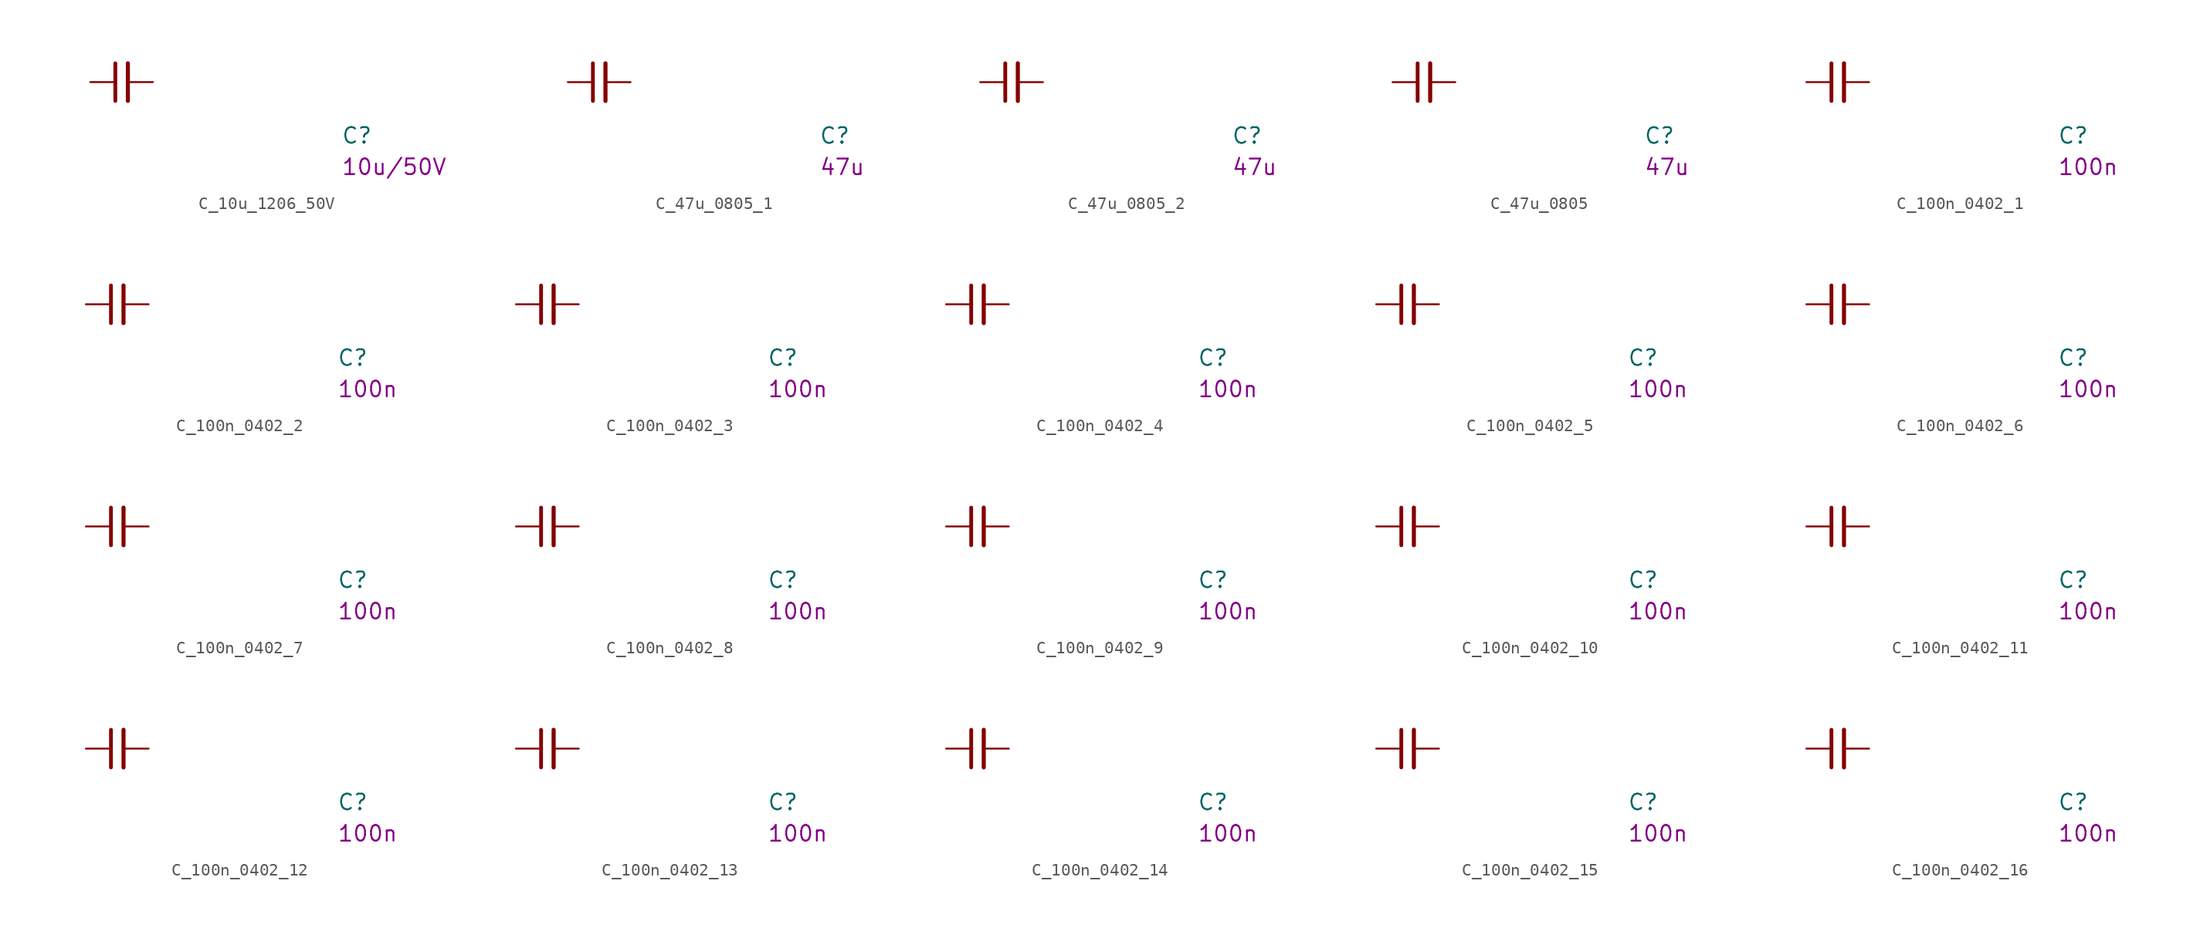
<source format=kicad_sym>
(kicad_symbol_lib
  (version 20231120)
  (generator "kicad_symbol_editor")
  (generator_version "8.0")
  (symbol "C_10u_1206_50V"
    (pin_numbers hide)
    (pin_names hide)
    (property "Reference" "C"
      (at 20.32 -5.08 0)
      (effects (font (size 1.27 1.27) (thickness 0.15)) (justify left bottom)))
    (property "Val" "10u/50V"
      (at 20.32 -7.62 0)
      (effects (font (size 1.27 1.27) (thickness 0.15)) (justify left bottom)))
    (symbol "C_10u_1206_50V_0_1"
      (polyline (pts (xy 2.032 -1.524) (xy 2.032 1.524)) (stroke (width 0.305) (type default)) (fill (type none)))
      (polyline (pts (xy 3.048 -1.524) (xy 3.048 1.524)) (stroke (width 0.33) (type default)) (fill (type none))))
    (symbol "C_10u_1206_50V_1_1"
      (pin passive line (at 0 0 0) (length 2.032) (name "~" (effects (font (size 1.27 1.27)))) (number "1" (effects (font (size 1.27 1.27)))))
      (pin passive line (at 5.08 0 180) (length 2.032) (name "~" (effects (font (size 1.27 1.27)))) (number "2" (effects (font (size 1.27 1.27)))))))
  (symbol "C_47u_0805_1"
    (pin_numbers hide)
    (pin_names hide)
    (property "Reference" "C"
      (at 20.32 -5.08 0)
      (effects (font (size 1.27 1.27) (thickness 0.15)) (justify left bottom)))
    (property "Val" "47u"
      (at 20.32 -7.62 0)
      (effects (font (size 1.27 1.27) (thickness 0.15)) (justify left bottom)))
    (symbol "C_47u_0805_1_0_1"
      (polyline (pts (xy 2.032 -1.524) (xy 2.032 1.524)) (stroke (width 0.305) (type default)) (fill (type none)))
      (polyline (pts (xy 3.048 -1.524) (xy 3.048 1.524)) (stroke (width 0.33) (type default)) (fill (type none))))
    (symbol "C_47u_0805_1_1_1"
      (pin passive line (at 0 0 0) (length 2.032) (name "~" (effects (font (size 1.27 1.27)))) (number "1" (effects (font (size 1.27 1.27)))))
      (pin passive line (at 5.08 0 180) (length 2.032) (name "~" (effects (font (size 1.27 1.27)))) (number "2" (effects (font (size 1.27 1.27)))))))
  (symbol "C_47u_0805_2"
    (pin_numbers hide)
    (pin_names hide)
    (property "Reference" "C"
      (at 20.32 -5.08 0)
      (effects (font (size 1.27 1.27) (thickness 0.15)) (justify left bottom)))
    (property "Val" "47u"
      (at 20.32 -7.62 0)
      (effects (font (size 1.27 1.27) (thickness 0.15)) (justify left bottom)))
    (symbol "C_47u_0805_2_0_1"
      (polyline (pts (xy 2.032 -1.524) (xy 2.032 1.524)) (stroke (width 0.305) (type default)) (fill (type none)))
      (polyline (pts (xy 3.048 -1.524) (xy 3.048 1.524)) (stroke (width 0.33) (type default)) (fill (type none))))
    (symbol "C_47u_0805_2_1_1"
      (pin passive line (at 0 0 0) (length 2.032) (name "~" (effects (font (size 1.27 1.27)))) (number "1" (effects (font (size 1.27 1.27)))))
      (pin passive line (at 5.08 0 180) (length 2.032) (name "~" (effects (font (size 1.27 1.27)))) (number "2" (effects (font (size 1.27 1.27)))))))
  (symbol "C_47u_0805"
    (pin_numbers hide)
    (pin_names hide)
    (property "Reference" "C"
      (at 20.32 -5.08 0)
      (effects (font (size 1.27 1.27) (thickness 0.15)) (justify left bottom)))
    (property "Val" "47u"
      (at 20.32 -7.62 0)
      (effects (font (size 1.27 1.27) (thickness 0.15)) (justify left bottom)))
    (symbol "C_47u_0805_0_1"
      (polyline (pts (xy 2.032 -1.524) (xy 2.032 1.524)) (stroke (width 0.305) (type default)) (fill (type none)))
      (polyline (pts (xy 3.048 -1.524) (xy 3.048 1.524)) (stroke (width 0.33) (type default)) (fill (type none))))
    (symbol "C_47u_0805_1_1"
      (pin passive line (at 0 0 0) (length 2.032) (name "~" (effects (font (size 1.27 1.27)))) (number "1" (effects (font (size 1.27 1.27)))))
      (pin passive line (at 5.08 0 180) (length 2.032) (name "~" (effects (font (size 1.27 1.27)))) (number "2" (effects (font (size 1.27 1.27)))))))
  (symbol "C_100n_0402_1"
    (pin_numbers hide)
    (pin_names hide)
    (property "Reference" "C"
      (at 20.32 -5.08 0)
      (effects (font (size 1.27 1.27) (thickness 0.15)) (justify left bottom)))
    (property "Val" "100n"
      (at 20.32 -7.62 0)
      (effects (font (size 1.27 1.27) (thickness 0.15)) (justify left bottom)))
    (symbol "C_100n_0402_1_0_1"
      (polyline (pts (xy 2.032 -1.524) (xy 2.032 1.524)) (stroke (width 0.305) (type default)) (fill (type none)))
      (polyline (pts (xy 3.048 -1.524) (xy 3.048 1.524)) (stroke (width 0.33) (type default)) (fill (type none))))
    (symbol "C_100n_0402_1_1_1"
      (pin passive line (at 0 0 0) (length 2.032) (name "~" (effects (font (size 1.27 1.27)))) (number "1" (effects (font (size 1.27 1.27)))))
      (pin passive line (at 5.08 0 180) (length 2.032) (name "~" (effects (font (size 1.27 1.27)))) (number "2" (effects (font (size 1.27 1.27)))))))
  (symbol "C_100n_0402_2"
    (pin_numbers hide)
    (pin_names hide)
    (property "Reference" "C"
      (at 20.32 -5.08 0)
      (effects (font (size 1.27 1.27) (thickness 0.15)) (justify left bottom)))
    (property "Val" "100n"
      (at 20.32 -7.62 0)
      (effects (font (size 1.27 1.27) (thickness 0.15)) (justify left bottom)))
    (symbol "C_100n_0402_2_0_1"
      (polyline (pts (xy 2.032 -1.524) (xy 2.032 1.524)) (stroke (width 0.305) (type default)) (fill (type none)))
      (polyline (pts (xy 3.048 -1.524) (xy 3.048 1.524)) (stroke (width 0.33) (type default)) (fill (type none))))
    (symbol "C_100n_0402_2_1_1"
      (pin passive line (at 0 0 0) (length 2.032) (name "~" (effects (font (size 1.27 1.27)))) (number "1" (effects (font (size 1.27 1.27)))))
      (pin passive line (at 5.08 0 180) (length 2.032) (name "~" (effects (font (size 1.27 1.27)))) (number "2" (effects (font (size 1.27 1.27)))))))
  (symbol "C_100n_0402_3"
    (pin_numbers hide)
    (pin_names hide)
    (property "Reference" "C"
      (at 20.32 -5.08 0)
      (effects (font (size 1.27 1.27) (thickness 0.15)) (justify left bottom)))
    (property "Val" "100n"
      (at 20.32 -7.62 0)
      (effects (font (size 1.27 1.27) (thickness 0.15)) (justify left bottom)))
    (symbol "C_100n_0402_3_0_1"
      (polyline (pts (xy 2.032 -1.524) (xy 2.032 1.524)) (stroke (width 0.305) (type default)) (fill (type none)))
      (polyline (pts (xy 3.048 -1.524) (xy 3.048 1.524)) (stroke (width 0.33) (type default)) (fill (type none))))
    (symbol "C_100n_0402_3_1_1"
      (pin passive line (at 0 0 0) (length 2.032) (name "~" (effects (font (size 1.27 1.27)))) (number "1" (effects (font (size 1.27 1.27)))))
      (pin passive line (at 5.08 0 180) (length 2.032) (name "~" (effects (font (size 1.27 1.27)))) (number "2" (effects (font (size 1.27 1.27)))))))
  (symbol "C_100n_0402_4"
    (pin_numbers hide)
    (pin_names hide)
    (property "Reference" "C"
      (at 20.32 -5.08 0)
      (effects (font (size 1.27 1.27) (thickness 0.15)) (justify left bottom)))
    (property "Val" "100n"
      (at 20.32 -7.62 0)
      (effects (font (size 1.27 1.27) (thickness 0.15)) (justify left bottom)))
    (symbol "C_100n_0402_4_0_1"
      (polyline (pts (xy 2.032 -1.524) (xy 2.032 1.524)) (stroke (width 0.305) (type default)) (fill (type none)))
      (polyline (pts (xy 3.048 -1.524) (xy 3.048 1.524)) (stroke (width 0.33) (type default)) (fill (type none))))
    (symbol "C_100n_0402_4_1_1"
      (pin passive line (at 0 0 0) (length 2.032) (name "~" (effects (font (size 1.27 1.27)))) (number "1" (effects (font (size 1.27 1.27)))))
      (pin passive line (at 5.08 0 180) (length 2.032) (name "~" (effects (font (size 1.27 1.27)))) (number "2" (effects (font (size 1.27 1.27)))))))
  (symbol "C_100n_0402_5"
    (pin_numbers hide)
    (pin_names hide)
    (property "Reference" "C"
      (at 20.32 -5.08 0)
      (effects (font (size 1.27 1.27) (thickness 0.15)) (justify left bottom)))
    (property "Val" "100n"
      (at 20.32 -7.62 0)
      (effects (font (size 1.27 1.27) (thickness 0.15)) (justify left bottom)))
    (symbol "C_100n_0402_5_0_1"
      (polyline (pts (xy 2.032 -1.524) (xy 2.032 1.524)) (stroke (width 0.305) (type default)) (fill (type none)))
      (polyline (pts (xy 3.048 -1.524) (xy 3.048 1.524)) (stroke (width 0.33) (type default)) (fill (type none))))
    (symbol "C_100n_0402_5_1_1"
      (pin passive line (at 0 0 0) (length 2.032) (name "~" (effects (font (size 1.27 1.27)))) (number "1" (effects (font (size 1.27 1.27)))))
      (pin passive line (at 5.08 0 180) (length 2.032) (name "~" (effects (font (size 1.27 1.27)))) (number "2" (effects (font (size 1.27 1.27)))))))
  (symbol "C_100n_0402_6"
    (pin_numbers hide)
    (pin_names hide)
    (property "Reference" "C"
      (at 20.32 -5.08 0)
      (effects (font (size 1.27 1.27) (thickness 0.15)) (justify left bottom)))
    (property "Val" "100n"
      (at 20.32 -7.62 0)
      (effects (font (size 1.27 1.27) (thickness 0.15)) (justify left bottom)))
    (symbol "C_100n_0402_6_0_1"
      (polyline (pts (xy 2.032 -1.524) (xy 2.032 1.524)) (stroke (width 0.305) (type default)) (fill (type none)))
      (polyline (pts (xy 3.048 -1.524) (xy 3.048 1.524)) (stroke (width 0.33) (type default)) (fill (type none))))
    (symbol "C_100n_0402_6_1_1"
      (pin passive line (at 0 0 0) (length 2.032) (name "~" (effects (font (size 1.27 1.27)))) (number "1" (effects (font (size 1.27 1.27)))))
      (pin passive line (at 5.08 0 180) (length 2.032) (name "~" (effects (font (size 1.27 1.27)))) (number "2" (effects (font (size 1.27 1.27)))))))
  (symbol "C_100n_0402_7"
    (pin_numbers hide)
    (pin_names hide)
    (property "Reference" "C"
      (at 20.32 -5.08 0)
      (effects (font (size 1.27 1.27) (thickness 0.15)) (justify left bottom)))
    (property "Val" "100n"
      (at 20.32 -7.62 0)
      (effects (font (size 1.27 1.27) (thickness 0.15)) (justify left bottom)))
    (symbol "C_100n_0402_7_0_1"
      (polyline (pts (xy 2.032 -1.524) (xy 2.032 1.524)) (stroke (width 0.305) (type default)) (fill (type none)))
      (polyline (pts (xy 3.048 -1.524) (xy 3.048 1.524)) (stroke (width 0.33) (type default)) (fill (type none))))
    (symbol "C_100n_0402_7_1_1"
      (pin passive line (at 0 0 0) (length 2.032) (name "~" (effects (font (size 1.27 1.27)))) (number "1" (effects (font (size 1.27 1.27)))))
      (pin passive line (at 5.08 0 180) (length 2.032) (name "~" (effects (font (size 1.27 1.27)))) (number "2" (effects (font (size 1.27 1.27)))))))
  (symbol "C_100n_0402_8"
    (pin_numbers hide)
    (pin_names hide)
    (property "Reference" "C"
      (at 20.32 -5.08 0)
      (effects (font (size 1.27 1.27) (thickness 0.15)) (justify left bottom)))
    (property "Val" "100n"
      (at 20.32 -7.62 0)
      (effects (font (size 1.27 1.27) (thickness 0.15)) (justify left bottom)))
    (symbol "C_100n_0402_8_0_1"
      (polyline (pts (xy 2.032 -1.524) (xy 2.032 1.524)) (stroke (width 0.305) (type default)) (fill (type none)))
      (polyline (pts (xy 3.048 -1.524) (xy 3.048 1.524)) (stroke (width 0.33) (type default)) (fill (type none))))
    (symbol "C_100n_0402_8_1_1"
      (pin passive line (at 0 0 0) (length 2.032) (name "~" (effects (font (size 1.27 1.27)))) (number "1" (effects (font (size 1.27 1.27)))))
      (pin passive line (at 5.08 0 180) (length 2.032) (name "~" (effects (font (size 1.27 1.27)))) (number "2" (effects (font (size 1.27 1.27)))))))
  (symbol "C_100n_0402_9"
    (pin_numbers hide)
    (pin_names hide)
    (property "Reference" "C"
      (at 20.32 -5.08 0)
      (effects (font (size 1.27 1.27) (thickness 0.15)) (justify left bottom)))
    (property "Val" "100n"
      (at 20.32 -7.62 0)
      (effects (font (size 1.27 1.27) (thickness 0.15)) (justify left bottom)))
    (symbol "C_100n_0402_9_0_1"
      (polyline (pts (xy 2.032 -1.524) (xy 2.032 1.524)) (stroke (width 0.305) (type default)) (fill (type none)))
      (polyline (pts (xy 3.048 -1.524) (xy 3.048 1.524)) (stroke (width 0.33) (type default)) (fill (type none))))
    (symbol "C_100n_0402_9_1_1"
      (pin passive line (at 0 0 0) (length 2.032) (name "~" (effects (font (size 1.27 1.27)))) (number "1" (effects (font (size 1.27 1.27)))))
      (pin passive line (at 5.08 0 180) (length 2.032) (name "~" (effects (font (size 1.27 1.27)))) (number "2" (effects (font (size 1.27 1.27)))))))
  (symbol "C_100n_0402_10"
    (pin_numbers hide)
    (pin_names hide)
    (property "Reference" "C"
      (at 20.32 -5.08 0)
      (effects (font (size 1.27 1.27) (thickness 0.15)) (justify left bottom)))
    (property "Val" "100n"
      (at 20.32 -7.62 0)
      (effects (font (size 1.27 1.27) (thickness 0.15)) (justify left bottom)))
    (symbol "C_100n_0402_10_0_1"
      (polyline (pts (xy 2.032 -1.524) (xy 2.032 1.524)) (stroke (width 0.305) (type default)) (fill (type none)))
      (polyline (pts (xy 3.048 -1.524) (xy 3.048 1.524)) (stroke (width 0.33) (type default)) (fill (type none))))
    (symbol "C_100n_0402_10_1_1"
      (pin passive line (at 0 0 0) (length 2.032) (name "~" (effects (font (size 1.27 1.27)))) (number "1" (effects (font (size 1.27 1.27)))))
      (pin passive line (at 5.08 0 180) (length 2.032) (name "~" (effects (font (size 1.27 1.27)))) (number "2" (effects (font (size 1.27 1.27)))))))
  (symbol "C_100n_0402_11"
    (pin_numbers hide)
    (pin_names hide)
    (property "Reference" "C"
      (at 20.32 -5.08 0)
      (effects (font (size 1.27 1.27) (thickness 0.15)) (justify left bottom)))
    (property "Val" "100n"
      (at 20.32 -7.62 0)
      (effects (font (size 1.27 1.27) (thickness 0.15)) (justify left bottom)))
    (symbol "C_100n_0402_11_0_1"
      (polyline (pts (xy 2.032 -1.524) (xy 2.032 1.524)) (stroke (width 0.305) (type default)) (fill (type none)))
      (polyline (pts (xy 3.048 -1.524) (xy 3.048 1.524)) (stroke (width 0.33) (type default)) (fill (type none))))
    (symbol "C_100n_0402_11_1_1"
      (pin passive line (at 0 0 0) (length 2.032) (name "~" (effects (font (size 1.27 1.27)))) (number "1" (effects (font (size 1.27 1.27)))))
      (pin passive line (at 5.08 0 180) (length 2.032) (name "~" (effects (font (size 1.27 1.27)))) (number "2" (effects (font (size 1.27 1.27)))))))
  (symbol "C_100n_0402_12"
    (pin_numbers hide)
    (pin_names hide)
    (property "Reference" "C"
      (at 20.32 -5.08 0)
      (effects (font (size 1.27 1.27) (thickness 0.15)) (justify left bottom)))
    (property "Val" "100n"
      (at 20.32 -7.62 0)
      (effects (font (size 1.27 1.27) (thickness 0.15)) (justify left bottom)))
    (symbol "C_100n_0402_12_0_1"
      (polyline (pts (xy 2.032 -1.524) (xy 2.032 1.524)) (stroke (width 0.305) (type default)) (fill (type none)))
      (polyline (pts (xy 3.048 -1.524) (xy 3.048 1.524)) (stroke (width 0.33) (type default)) (fill (type none))))
    (symbol "C_100n_0402_12_1_1"
      (pin passive line (at 0 0 0) (length 2.032) (name "~" (effects (font (size 1.27 1.27)))) (number "1" (effects (font (size 1.27 1.27)))))
      (pin passive line (at 5.08 0 180) (length 2.032) (name "~" (effects (font (size 1.27 1.27)))) (number "2" (effects (font (size 1.27 1.27)))))))
  (symbol "C_100n_0402_13"
    (pin_numbers hide)
    (pin_names hide)
    (property "Reference" "C"
      (at 20.32 -5.08 0)
      (effects (font (size 1.27 1.27) (thickness 0.15)) (justify left bottom)))
    (property "Val" "100n"
      (at 20.32 -7.62 0)
      (effects (font (size 1.27 1.27) (thickness 0.15)) (justify left bottom)))
    (symbol "C_100n_0402_13_0_1"
      (polyline (pts (xy 2.032 -1.524) (xy 2.032 1.524)) (stroke (width 0.305) (type default)) (fill (type none)))
      (polyline (pts (xy 3.048 -1.524) (xy 3.048 1.524)) (stroke (width 0.33) (type default)) (fill (type none))))
    (symbol "C_100n_0402_13_1_1"
      (pin passive line (at 0 0 0) (length 2.032) (name "~" (effects (font (size 1.27 1.27)))) (number "1" (effects (font (size 1.27 1.27)))))
      (pin passive line (at 5.08 0 180) (length 2.032) (name "~" (effects (font (size 1.27 1.27)))) (number "2" (effects (font (size 1.27 1.27)))))))
  (symbol "C_100n_0402_14"
    (pin_numbers hide)
    (pin_names hide)
    (property "Reference" "C"
      (at 20.32 -5.08 0)
      (effects (font (size 1.27 1.27) (thickness 0.15)) (justify left bottom)))
    (property "Val" "100n"
      (at 20.32 -7.62 0)
      (effects (font (size 1.27 1.27) (thickness 0.15)) (justify left bottom)))
    (symbol "C_100n_0402_14_0_1"
      (polyline (pts (xy 2.032 -1.524) (xy 2.032 1.524)) (stroke (width 0.305) (type default)) (fill (type none)))
      (polyline (pts (xy 3.048 -1.524) (xy 3.048 1.524)) (stroke (width 0.33) (type default)) (fill (type none))))
    (symbol "C_100n_0402_14_1_1"
      (pin passive line (at 0 0 0) (length 2.032) (name "~" (effects (font (size 1.27 1.27)))) (number "1" (effects (font (size 1.27 1.27)))))
      (pin passive line (at 5.08 0 180) (length 2.032) (name "~" (effects (font (size 1.27 1.27)))) (number "2" (effects (font (size 1.27 1.27)))))))
  (symbol "C_100n_0402_15"
    (pin_numbers hide)
    (pin_names hide)
    (property "Reference" "C"
      (at 20.32 -5.08 0)
      (effects (font (size 1.27 1.27) (thickness 0.15)) (justify left bottom)))
    (property "Val" "100n"
      (at 20.32 -7.62 0)
      (effects (font (size 1.27 1.27) (thickness 0.15)) (justify left bottom)))
    (symbol "C_100n_0402_15_0_1"
      (polyline (pts (xy 2.032 -1.524) (xy 2.032 1.524)) (stroke (width 0.305) (type default)) (fill (type none)))
      (polyline (pts (xy 3.048 -1.524) (xy 3.048 1.524)) (stroke (width 0.33) (type default)) (fill (type none))))
    (symbol "C_100n_0402_15_1_1"
      (pin passive line (at 0 0 0) (length 2.032) (name "~" (effects (font (size 1.27 1.27)))) (number "1" (effects (font (size 1.27 1.27)))))
      (pin passive line (at 5.08 0 180) (length 2.032) (name "~" (effects (font (size 1.27 1.27)))) (number "2" (effects (font (size 1.27 1.27)))))))
  (symbol "C_100n_0402_16"
    (pin_numbers hide)
    (pin_names hide)
    (property "Reference" "C"
      (at 20.32 -5.08 0)
      (effects (font (size 1.27 1.27) (thickness 0.15)) (justify left bottom)))
    (property "Val" "100n"
      (at 20.32 -7.62 0)
      (effects (font (size 1.27 1.27) (thickness 0.15)) (justify left bottom)))
    (symbol "C_100n_0402_16_0_1"
      (polyline (pts (xy 2.032 -1.524) (xy 2.032 1.524)) (stroke (width 0.305) (type default)) (fill (type none)))
      (polyline (pts (xy 3.048 -1.524) (xy 3.048 1.524)) (stroke (width 0.33) (type default)) (fill (type none))))
    (symbol "C_100n_0402_16_1_1"
      (pin passive line (at 0 0 0) (length 2.032) (name "~" (effects (font (size 1.27 1.27)))) (number "1" (effects (font (size 1.27 1.27)))))
      (pin passive line (at 5.08 0 180) (length 2.032) (name "~" (effects (font (size 1.27 1.27)))) (number "2" (effects (font (size 1.27 1.27))))))))
</source>
